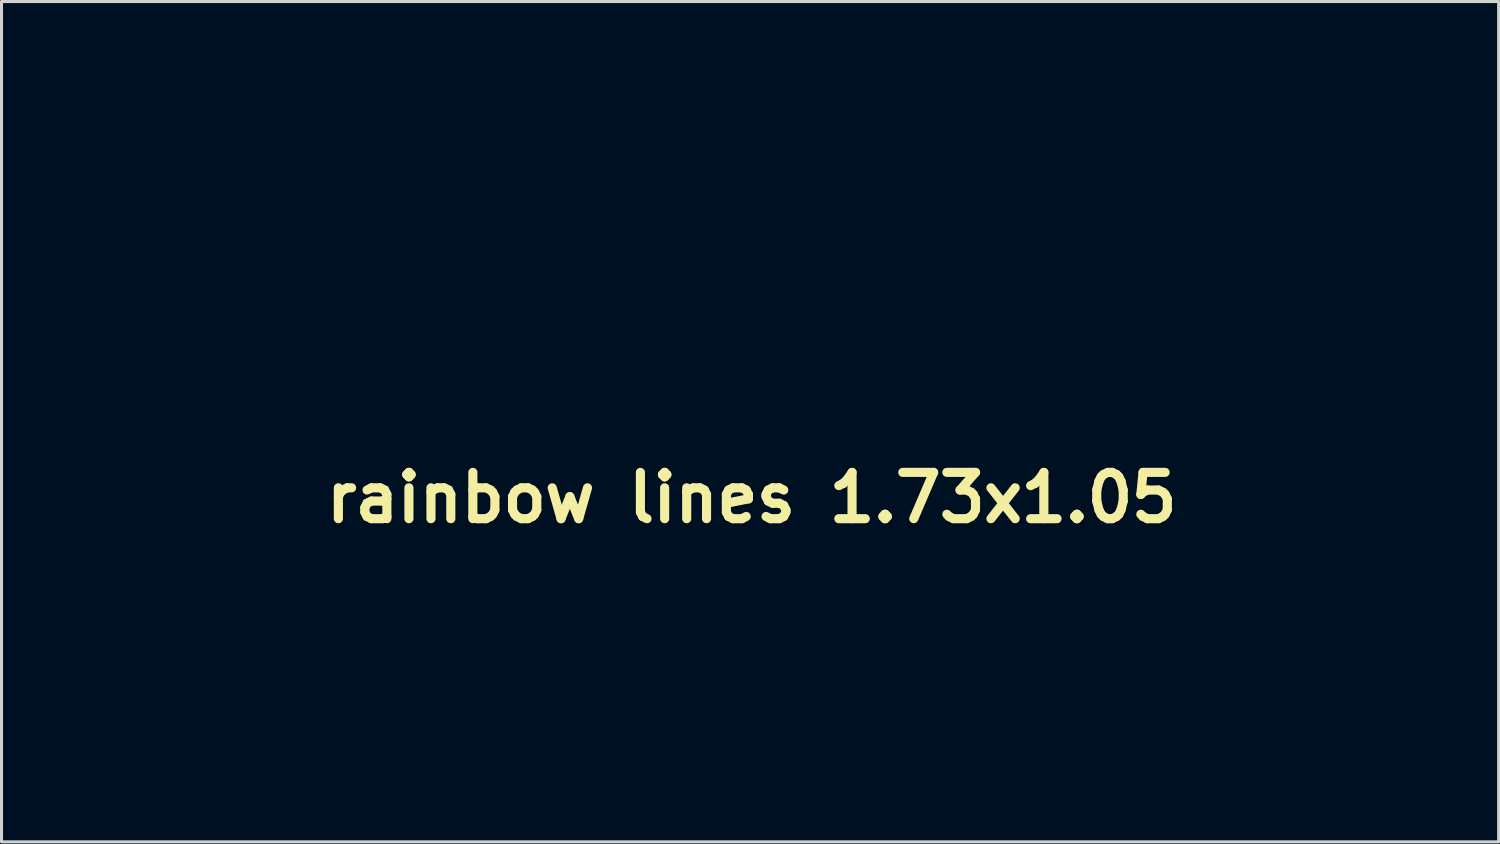
<source format=kicad_pcb>
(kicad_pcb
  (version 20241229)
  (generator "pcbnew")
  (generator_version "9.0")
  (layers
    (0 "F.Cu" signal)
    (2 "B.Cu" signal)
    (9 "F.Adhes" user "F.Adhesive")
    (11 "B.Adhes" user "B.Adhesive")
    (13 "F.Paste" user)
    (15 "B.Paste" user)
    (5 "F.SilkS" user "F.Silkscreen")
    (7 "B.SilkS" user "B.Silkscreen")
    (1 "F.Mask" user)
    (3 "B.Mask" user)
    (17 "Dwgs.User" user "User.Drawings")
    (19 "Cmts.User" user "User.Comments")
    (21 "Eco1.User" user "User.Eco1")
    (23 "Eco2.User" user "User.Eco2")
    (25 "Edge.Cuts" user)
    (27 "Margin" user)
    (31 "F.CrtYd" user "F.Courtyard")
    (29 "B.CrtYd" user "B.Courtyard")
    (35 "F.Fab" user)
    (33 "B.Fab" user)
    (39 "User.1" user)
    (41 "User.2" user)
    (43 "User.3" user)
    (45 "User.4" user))
  (footprint "rainbow lines 1.73x1.05"
    (layer "F.Cu")
    (at 21.696 13.335)
    (property "Reference" "rainbow lines 1.73x1.05" (at 0 0 0) (layer "F.SilkS") (effects (font (size 1.524 1.524) (thickness 0.3))))
    (attr board_only exclude_from_pos_files exclude_from_bom)
    (fp_poly (pts (xy 0.24 3.04) (xy 0.731 3.084) (xy 1.223 3.167) (xy 1.714 3.288) (xy 2.205 3.448) (xy 2.695 3.646) (xy 3.185 3.882) (xy 3.673 4.157) (xy 4.159 4.47) (xy 4.332 4.591) (xy 4.45 4.677) (xy 4.585 4.78) (xy 4.731 4.894) (xy 4.885 5.016) (xy 5.041 5.142) (xy 5.195 5.27) (xy 5.344 5.394) (xy 5.482 5.512) (xy 5.605 5.62) (xy 5.709 5.714) (xy 5.789 5.79) (xy 5.841 5.845) (xy 5.846 5.851) (xy 5.89 5.906) (xy 5.838 5.937) (xy 5.795 5.968) (xy 5.736 6.015) (xy 5.692 6.054) (xy 5.624 6.108) (xy 5.549 6.155) (xy 5.506 6.176) (xy 5.444 6.212) (xy 5.357 6.277) (xy 5.247 6.372) (xy 5.172 6.442) (xy 5.032 6.573) (xy 4.92 6.68) (xy 4.833 6.765) (xy 4.766 6.831) (xy 4.718 6.883) (xy 4.685 6.921) (xy 4.665 6.951) (xy 4.653 6.975) (xy 4.651 6.982) (xy 4.624 7.038) (xy 4.584 7.088) (xy 4.552 7.124) (xy 4.502 7.183) (xy 4.443 7.257) (xy 4.393 7.323) (xy 4.314 7.434) (xy 4.261 7.525) (xy 4.229 7.604) (xy 4.224 7.624) (xy 4.201 7.695) (xy 4.173 7.756) (xy 4.154 7.785) (xy 4.124 7.832) (xy 4.112 7.872) (xy 4.106 7.907) (xy 4.091 7.97) (xy 4.07 8.051) (xy 4.05 8.121) (xy 3.99 8.328) (xy 3.795 8.101) (xy 3.602 7.883) (xy 3.391 7.652) (xy 3.172 7.422) (xy 2.956 7.204) (xy 2.794 7.046) (xy 2.456 6.736) (xy 2.128 6.462) (xy 1.808 6.223) (xy 1.495 6.019) (xy 1.187 5.849) (xy 0.883 5.71) (xy 0.58 5.603) (xy 0.277 5.527) (xy 0.208 5.513) (xy 0.094 5.499) (xy -0.049 5.492) (xy -0.207 5.491) (xy -0.368 5.495) (xy -0.515 5.506) (xy -0.637 5.522) (xy -0.642 5.523) (xy -0.951 5.6) (xy -1.267 5.714) (xy -1.587 5.862) (xy -1.907 6.043) (xy -2.224 6.257) (xy -2.33 6.336) (xy -2.526 6.492) (xy -2.738 6.674) (xy -2.962 6.875) (xy -3.189 7.089) (xy -3.413 7.31) (xy -3.626 7.529) (xy -3.823 7.742) (xy -3.993 7.938) (xy -4.049 8.001) (xy -4.086 8.032) (xy -4.106 8.033) (xy -4.113 8.006) (xy -4.113 8.001) (xy -4.121 7.967) (xy -4.141 7.907) (xy -4.171 7.83) (xy -4.191 7.782) (xy -4.228 7.695) (xy -4.261 7.611) (xy -4.285 7.544) (xy -4.291 7.521) (xy -4.324 7.45) (xy -4.367 7.409) (xy -4.402 7.382) (xy -4.409 7.361) (xy -4.414 7.337) (xy -4.432 7.319) (xy -4.46 7.289) (xy -4.497 7.236) (xy -4.532 7.179) (xy -4.583 7.096) (xy -4.643 7.007) (xy -4.681 6.954) (xy -4.74 6.876) (xy -4.804 6.789) (xy -4.841 6.738) (xy -4.916 6.649) (xy -5.016 6.547) (xy -5.132 6.442) (xy -5.221 6.368) (xy -5.276 6.32) (xy -5.332 6.261) (xy -5.343 6.249) (xy -5.404 6.195) (xy -5.486 6.147) (xy -5.512 6.135) (xy -5.573 6.109) (xy -5.613 6.088) (xy -5.623 6.079) (xy -5.639 6.063) (xy -5.682 6.031) (xy -5.743 5.991) (xy -5.745 5.99) (xy -5.807 5.952) (xy -5.857 5.923) (xy -5.893 5.897) (xy -5.913 5.872) (xy -5.916 5.844) (xy -5.899 5.809) (xy -5.861 5.764) (xy -5.8 5.705) (xy -5.714 5.628) (xy -5.602 5.53) (xy -5.469 5.414) (xy -5.097 5.094) (xy -4.74 4.805) (xy -4.392 4.545) (xy -4.05 4.311) (xy -3.709 4.098) (xy -3.363 3.905) (xy -3.008 3.728) (xy -2.691 3.585) (xy -2.206 3.398) (xy -1.72 3.249) (xy -1.231 3.139) (xy -0.742 3.067) (xy -0.252 3.034)) (stroke (width 0) (type solid)) (fill yes) (layer "F.Mask"))
    (fp_poly (pts (xy 0.289 -13.331) (xy 0.828 -13.312) (xy 1.377 -13.278) (xy 1.923 -13.23) (xy 2.458 -13.168) (xy 2.695 -13.136) (xy 3.561 -12.991) (xy 4.417 -12.81) (xy 5.263 -12.591) (xy 6.097 -12.335) (xy 6.919 -12.043) (xy 7.728 -11.716) (xy 8.523 -11.353) (xy 9.304 -10.955) (xy 10.071 -10.523) (xy 10.821 -10.057) (xy 11.555 -9.558) (xy 12.271 -9.026) (xy 12.97 -8.461) (xy 13.65 -7.864) (xy 14.31 -7.235) (xy 14.95 -6.575) (xy 15.569 -5.885) (xy 16.167 -5.164) (xy 16.66 -4.525) (xy 17.246 -3.704) (xy 17.803 -2.855) (xy 18.332 -1.977) (xy 18.832 -1.072) (xy 19.303 -0.14) (xy 19.744 0.818) (xy 20.155 1.802) (xy 20.535 2.81) (xy 20.884 3.842) (xy 21.203 4.897) (xy 21.484 5.95) (xy 21.515 6.075) (xy 21.542 6.188) (xy 21.564 6.282) (xy 21.579 6.352) (xy 21.587 6.392) (xy 21.587 6.401) (xy 21.567 6.392) (xy 21.517 6.359) (xy 21.442 6.304) (xy 21.344 6.229) (xy 21.226 6.136) (xy 21.164 6.087) (xy 21.031 5.988) (xy 20.917 5.919) (xy 20.844 5.886) (xy 20.76 5.85) (xy 20.715 5.815) (xy 20.707 5.799) (xy 20.412 4.742) (xy 20.089 3.711) (xy 19.736 2.705) (xy 19.355 1.725) (xy 18.946 0.772) (xy 18.51 -0.154) (xy 18.045 -1.053) (xy 17.553 -1.924) (xy 17.034 -2.766) (xy 16.488 -3.58) (xy 15.915 -4.364) (xy 15.316 -5.119) (xy 14.69 -5.843) (xy 14.039 -6.537) (xy 13.362 -7.2) (xy 12.92 -7.604) (xy 12.587 -7.896) (xy 12.27 -8.164) (xy 11.963 -8.414) (xy 11.656 -8.652) (xy 11.341 -8.886) (xy 11.009 -9.123) (xy 10.819 -9.254) (xy 10.074 -9.742) (xy 9.316 -10.193) (xy 8.546 -10.607) (xy 7.764 -10.984) (xy 6.97 -11.324) (xy 6.165 -11.626) (xy 5.348 -11.892) (xy 4.521 -12.119) (xy 3.683 -12.31) (xy 2.835 -12.462) (xy 1.977 -12.577) (xy 1.109 -12.655) (xy 0.831 -12.671) (xy 0.367 -12.69) (xy -0.082 -12.696) (xy -0.528 -12.69) (xy -0.984 -12.67) (xy -1.463 -12.637) (xy -1.663 -12.621) (xy -2.509 -12.526) (xy -3.346 -12.394) (xy -4.175 -12.224) (xy -4.994 -12.018) (xy -5.802 -11.775) (xy -6.598 -11.496) (xy -7.383 -11.181) (xy -8.155 -10.831) (xy -8.914 -10.446) (xy -9.658 -10.027) (xy -10.388 -9.574) (xy -11.102 -9.087) (xy -11.799 -8.567) (xy -12.48 -8.015) (xy -13.142 -7.43) (xy -13.787 -6.814) (xy -14.412 -6.166) (xy -15.017 -5.487) (xy -15.601 -4.777) (xy -16.164 -4.038) (xy -16.187 -4.006) (xy -16.758 -3.191) (xy -17.3 -2.35) (xy -17.815 -1.481) (xy -18.303 -0.584) (xy -18.763 0.341) (xy -19.197 1.296) (xy -19.605 2.279) (xy -19.986 3.293) (xy -20.341 4.337) (xy -20.655 5.362) (xy -20.794 5.84) (xy -20.908 5.893) (xy -21.008 5.948) (xy -21.135 6.034) (xy -21.288 6.148) (xy -21.466 6.292) (xy -21.524 6.34) (xy -21.598 6.401) (xy -21.654 6.442) (xy -21.688 6.461) (xy -21.696 6.457) (xy -21.687 6.427) (xy -21.671 6.366) (xy -21.647 6.278) (xy -21.619 6.171) (xy -21.587 6.05) (xy -21.572 5.991) (xy -21.421 5.434) (xy -21.251 4.855) (xy -21.068 4.264) (xy -20.873 3.671) (xy -20.67 3.087) (xy -20.477 2.561) (xy -20.094 1.591) (xy -19.685 0.646) (xy -19.25 -0.273) (xy -18.791 -1.165) (xy -18.307 -2.031) (xy -17.799 -2.869) (xy -17.268 -3.679) (xy -16.714 -4.46) (xy -16.138 -5.212) (xy -15.539 -5.935) (xy -14.919 -6.628) (xy -14.277 -7.29) (xy -13.616 -7.92) (xy -12.934 -8.52) (xy -12.232 -9.087) (xy -11.511 -9.621) (xy -10.772 -10.122) (xy -10.014 -10.589) (xy -9.239 -11.022) (xy -8.446 -11.421) (xy -7.637 -11.784) (xy -7.08 -12.009) (xy -6.271 -12.303) (xy -5.458 -12.559) (xy -4.639 -12.778) (xy -3.811 -12.961) (xy -2.972 -13.107) (xy -2.119 -13.218) (xy -1.249 -13.294) (xy -0.722 -13.323) (xy -0.231 -13.335)) (stroke (width 0) (type solid)) (fill yes) (layer "F.Mask"))
    (fp_poly (pts (xy 0.174 -6.533) (xy 0.388 -6.531) (xy 0.575 -6.528) (xy 0.741 -6.522) (xy 0.895 -6.513) (xy 1.045 -6.501) (xy 1.199 -6.485) (xy 1.364 -6.465) (xy 1.548 -6.44) (xy 1.717 -6.416) (xy 2.402 -6.296) (xy 3.082 -6.138) (xy 3.756 -5.942) (xy 4.424 -5.709) (xy 5.086 -5.438) (xy 5.74 -5.131) (xy 6.387 -4.786) (xy 7.025 -4.406) (xy 7.654 -3.99) (xy 8.274 -3.538) (xy 8.884 -3.051) (xy 9.484 -2.53) (xy 10.073 -1.973) (xy 10.65 -1.383) (xy 11.215 -0.759) (xy 11.767 -0.102) (xy 11.872 0.029) (xy 12.146 0.381) (xy 12.43 0.761) (xy 12.718 1.162) (xy 13.007 1.577) (xy 13.29 1.998) (xy 13.562 2.417) (xy 13.819 2.827) (xy 14.054 3.22) (xy 14.056 3.224) (xy 14.085 3.272) (xy 13.567 3.278) (xy 13.316 3.282) (xy 13.1 3.289) (xy 12.914 3.3) (xy 12.748 3.315) (xy 12.596 3.335) (xy 12.45 3.363) (xy 12.303 3.398) (xy 12.146 3.441) (xy 12.011 3.482) (xy 11.813 3.547) (xy 11.652 3.607) (xy 11.521 3.663) (xy 11.415 3.72) (xy 11.337 3.772) (xy 11.289 3.805) (xy 11.255 3.824) (xy 11.249 3.826) (xy 11.233 3.81) (xy 11.198 3.766) (xy 11.15 3.699) (xy 11.09 3.615) (xy 11.032 3.529) (xy 10.52 2.793) (xy 10.002 2.091) (xy 9.477 1.425) (xy 8.946 0.795) (xy 8.409 0.201) (xy 7.868 -0.357) (xy 7.321 -0.878) (xy 6.769 -1.363) (xy 6.213 -1.81) (xy 5.653 -2.22) (xy 5.09 -2.591) (xy 4.522 -2.925) (xy 3.952 -3.221) (xy 3.617 -3.376) (xy 3.114 -3.585) (xy 2.621 -3.761) (xy 2.13 -3.906) (xy 1.632 -4.023) (xy 1.12 -4.114) (xy 0.795 -4.158) (xy 0.591 -4.178) (xy 0.356 -4.192) (xy 0.099 -4.2) (xy -0.167 -4.203) (xy -0.43 -4.2) (xy -0.68 -4.192) (xy -0.905 -4.178) (xy -1.006 -4.168) (xy -1.58 -4.09) (xy -2.148 -3.976) (xy -2.712 -3.827) (xy -3.272 -3.642) (xy -3.828 -3.421) (xy -4.383 -3.164) (xy -4.938 -2.869) (xy -5.492 -2.536) (xy -6.047 -2.166) (xy -6.604 -1.758) (xy -6.651 -1.721) (xy -6.847 -1.565) (xy -7.064 -1.383) (xy -7.298 -1.18) (xy -7.542 -0.961) (xy -7.79 -0.732) (xy -8.039 -0.497) (xy -8.282 -0.261) (xy -8.514 -0.029) (xy -8.729 0.193) (xy -8.83 0.301) (xy -9.174 0.682) (xy -9.528 1.092) (xy -9.885 1.525) (xy -10.24 1.974) (xy -10.588 2.431) (xy -10.923 2.89) (xy -11.24 3.343) (xy -11.343 3.495) (xy -11.399 3.578) (xy -11.446 3.648) (xy -11.481 3.699) (xy -11.499 3.725) (xy -11.5 3.726) (xy -11.52 3.721) (xy -11.564 3.699) (xy -11.589 3.684) (xy -11.664 3.644) (xy -11.749 3.608) (xy -11.77 3.6) (xy -11.847 3.568) (xy -11.92 3.531) (xy -11.938 3.52) (xy -12.019 3.479) (xy -12.136 3.438) (xy -12.283 3.398) (xy -12.452 3.36) (xy -12.637 3.326) (xy -12.831 3.298) (xy -13.026 3.277) (xy -13.083 3.272) (xy -13.152 3.27) (xy -13.251 3.269) (xy -13.373 3.271) (xy -13.51 3.275) (xy -13.653 3.279) (xy -13.794 3.285) (xy -13.924 3.292) (xy -14.036 3.299) (xy -14.122 3.306) (xy -14.172 3.313) (xy -14.174 3.313) (xy -14.191 3.315) (xy -14.197 3.307) (xy -14.192 3.283) (xy -14.171 3.241) (xy -14.135 3.174) (xy -14.081 3.08) (xy -14.055 3.037) (xy -13.556 2.217) (xy -13.043 1.433) (xy -12.517 0.685) (xy -11.975 -0.027) (xy -11.42 -0.704) (xy -10.849 -1.345) (xy -10.263 -1.952) (xy -9.661 -2.525) (xy -9.043 -3.064) (xy -8.408 -3.57) (xy -8.179 -3.742) (xy -7.557 -4.178) (xy -6.924 -4.579) (xy -6.28 -4.944) (xy -5.628 -5.272) (xy -4.968 -5.564) (xy -4.3 -5.819) (xy -3.625 -6.036) (xy -2.945 -6.216) (xy -2.26 -6.357) (xy -1.838 -6.425) (xy -1.64 -6.453) (xy -1.463 -6.475) (xy -1.3 -6.493) (xy -1.142 -6.507) (xy -0.982 -6.518) (xy -0.812 -6.525) (xy -0.624 -6.53) (xy -0.411 -6.532) (xy -0.164 -6.533) (xy -0.077 -6.533)) (stroke (width 0) (type solid)) (fill yes) (layer "F.Mask")))
  (gr_rect
    (start -3 -3)
    (end 46.283 24.663)
    (stroke (width 0.1) (type default))
    (fill no)
    (layer "Edge.Cuts")))
</source>
